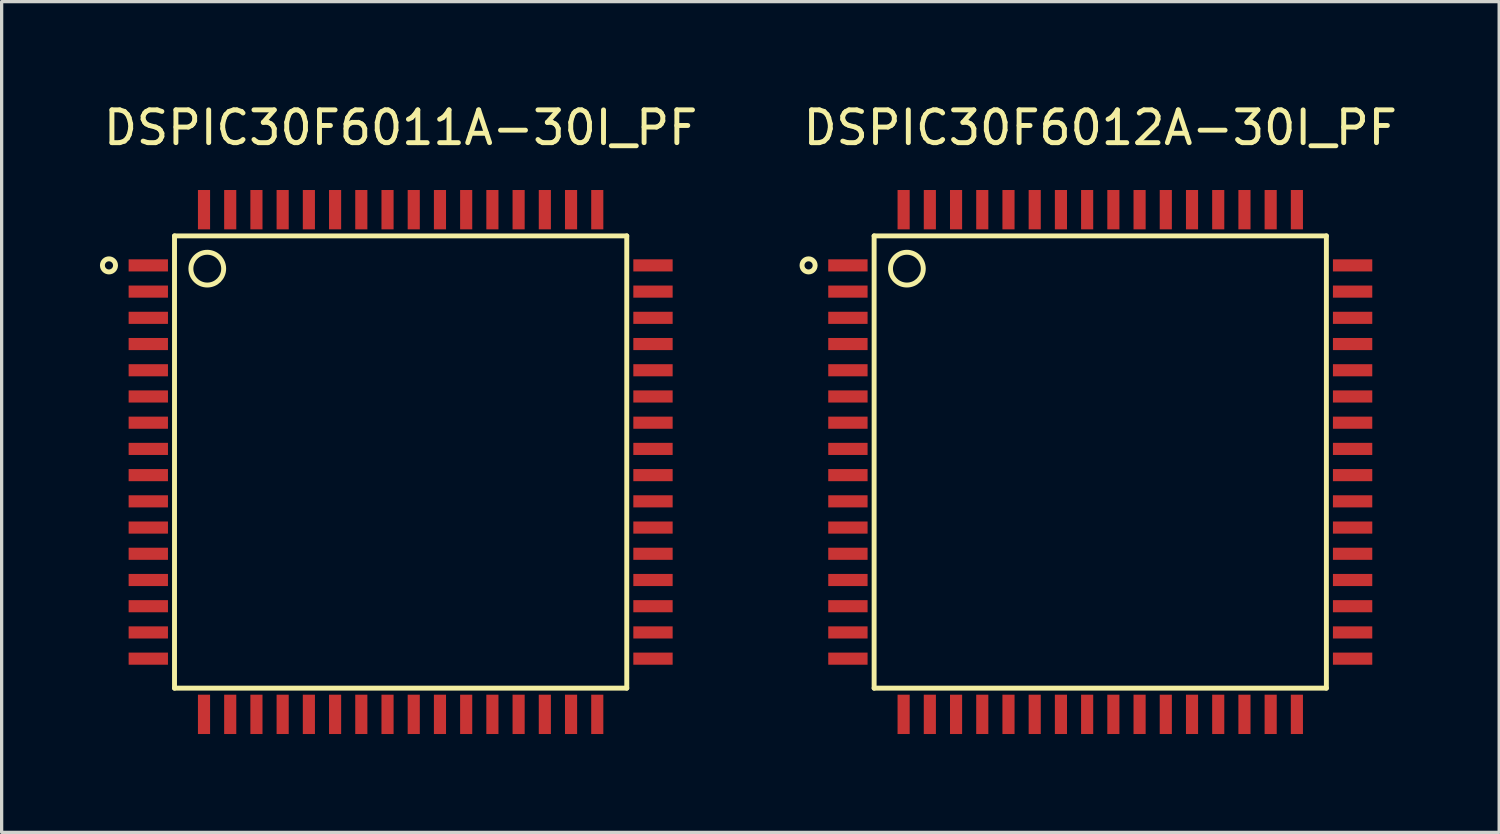
<source format=kicad_pcb>
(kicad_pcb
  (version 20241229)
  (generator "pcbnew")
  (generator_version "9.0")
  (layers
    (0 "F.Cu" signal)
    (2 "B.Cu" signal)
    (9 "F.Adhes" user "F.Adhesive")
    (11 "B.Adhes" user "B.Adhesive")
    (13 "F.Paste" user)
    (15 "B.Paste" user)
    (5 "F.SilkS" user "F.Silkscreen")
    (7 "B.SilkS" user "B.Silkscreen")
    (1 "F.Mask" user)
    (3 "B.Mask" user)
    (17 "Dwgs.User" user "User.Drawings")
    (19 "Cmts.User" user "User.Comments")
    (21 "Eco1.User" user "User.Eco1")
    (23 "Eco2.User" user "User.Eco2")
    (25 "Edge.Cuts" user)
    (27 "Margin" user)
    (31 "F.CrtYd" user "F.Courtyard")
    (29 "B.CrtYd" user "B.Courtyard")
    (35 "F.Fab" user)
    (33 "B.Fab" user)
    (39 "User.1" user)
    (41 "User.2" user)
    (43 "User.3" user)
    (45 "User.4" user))
  (footprint "DSPIC30F6011A-30I_PF"
    (layer "F.Cu")
    (at 1.475 3.348)
    (property "Reference" "DSPIC30F6011A-30I_PF" (at 7.7 -2.5 0) (layer "F.SilkS") (effects (font (size 1 1) (thickness 0.15))))
    (attr through_hole)
    (fp_line (start 0.8 0.8) (end 0.8 14.6) (stroke (width 0.15) (type solid)) (layer "F.SilkS"))
    (fp_line (start 0.8 0.8) (end 14.6 0.8) (stroke (width 0.15) (type solid)) (layer "F.SilkS"))
    (fp_line (start 0.8 14.6) (end 14.6 14.6) (stroke (width 0.15) (type solid)) (layer "F.SilkS"))
    (fp_line (start 14.6 14.6) (end 14.6 0.8) (stroke (width 0.15) (type solid)) (layer "F.SilkS"))
    (fp_circle (center -1.2 1.7) (end -1.2 1.5) (stroke (width 0.15) (type solid)) (fill no) (layer "F.SilkS"))
    (fp_circle (center 1.8 1.8) (end 1.8 1.3) (stroke (width 0.15) (type solid)) (fill no) (layer "F.SilkS"))
    (pad "1" smd rect (at 0 1.7) (size 1.2 0.37) (layers "F.Cu" "F.Mask" "F.Paste"))
    (pad "2" smd rect (at 0 2.5) (size 1.2 0.37) (layers "F.Cu" "F.Mask" "F.Paste"))
    (pad "3" smd rect (at 0 3.3) (size 1.2 0.37) (layers "F.Cu" "F.Mask" "F.Paste"))
    (pad "4" smd rect (at 0 4.1) (size 1.2 0.37) (layers "F.Cu" "F.Mask" "F.Paste"))
    (pad "5" smd rect (at 0 4.9) (size 1.2 0.37) (layers "F.Cu" "F.Mask" "F.Paste"))
    (pad "6" smd rect (at 0 5.7) (size 1.2 0.37) (layers "F.Cu" "F.Mask" "F.Paste"))
    (pad "7" smd rect (at 0 6.5) (size 1.2 0.37) (layers "F.Cu" "F.Mask" "F.Paste"))
    (pad "8" smd rect (at 0 7.3) (size 1.2 0.37) (layers "F.Cu" "F.Mask" "F.Paste"))
    (pad "9" smd rect (at 0 8.1) (size 1.2 0.37) (layers "F.Cu" "F.Mask" "F.Paste"))
    (pad "10" smd rect (at 0 8.9) (size 1.2 0.37) (layers "F.Cu" "F.Mask" "F.Paste"))
    (pad "11" smd rect (at 0 9.7) (size 1.2 0.37) (layers "F.Cu" "F.Mask" "F.Paste"))
    (pad "12" smd rect (at 0 10.5) (size 1.2 0.37) (layers "F.Cu" "F.Mask" "F.Paste"))
    (pad "13" smd rect (at 0 11.3) (size 1.2 0.37) (layers "F.Cu" "F.Mask" "F.Paste"))
    (pad "14" smd rect (at 0 12.1) (size 1.2 0.37) (layers "F.Cu" "F.Mask" "F.Paste"))
    (pad "15" smd rect (at 0 12.9) (size 1.2 0.37) (layers "F.Cu" "F.Mask" "F.Paste"))
    (pad "16" smd rect (at 0 13.7) (size 1.2 0.37) (layers "F.Cu" "F.Mask" "F.Paste"))
    (pad "17" smd rect (at 1.7 15.4) (size 0.37 1.2) (layers "F.Cu" "F.Mask" "F.Paste"))
    (pad "18" smd rect (at 2.5 15.4) (size 0.37 1.2) (layers "F.Cu" "F.Mask" "F.Paste"))
    (pad "19" smd rect (at 3.3 15.4) (size 0.37 1.2) (layers "F.Cu" "F.Mask" "F.Paste"))
    (pad "20" smd rect (at 4.1 15.4) (size 0.37 1.2) (layers "F.Cu" "F.Mask" "F.Paste"))
    (pad "21" smd rect (at 4.9 15.4) (size 0.37 1.2) (layers "F.Cu" "F.Mask" "F.Paste"))
    (pad "22" smd rect (at 5.7 15.4) (size 0.37 1.2) (layers "F.Cu" "F.Mask" "F.Paste"))
    (pad "23" smd rect (at 6.5 15.4) (size 0.37 1.2) (layers "F.Cu" "F.Mask" "F.Paste"))
    (pad "24" smd rect (at 7.3 15.4) (size 0.37 1.2) (layers "F.Cu" "F.Mask" "F.Paste"))
    (pad "25" smd rect (at 8.1 15.4) (size 0.37 1.2) (layers "F.Cu" "F.Mask" "F.Paste"))
    (pad "26" smd rect (at 8.9 15.4) (size 0.37 1.2) (layers "F.Cu" "F.Mask" "F.Paste"))
    (pad "27" smd rect (at 9.7 15.4) (size 0.37 1.2) (layers "F.Cu" "F.Mask" "F.Paste"))
    (pad "28" smd rect (at 10.5 15.4) (size 0.37 1.2) (layers "F.Cu" "F.Mask" "F.Paste"))
    (pad "29" smd rect (at 11.3 15.4) (size 0.37 1.2) (layers "F.Cu" "F.Mask" "F.Paste"))
    (pad "30" smd rect (at 12.1 15.4) (size 0.37 1.2) (layers "F.Cu" "F.Mask" "F.Paste"))
    (pad "31" smd rect (at 12.9 15.4) (size 0.37 1.2) (layers "F.Cu" "F.Mask" "F.Paste"))
    (pad "32" smd rect (at 13.7 15.4) (size 0.37 1.2) (layers "F.Cu" "F.Mask" "F.Paste"))
    (pad "33" smd rect (at 15.4 13.7) (size 1.2 0.37) (layers "F.Cu" "F.Mask" "F.Paste"))
    (pad "34" smd rect (at 15.4 12.9) (size 1.2 0.37) (layers "F.Cu" "F.Mask" "F.Paste"))
    (pad "35" smd rect (at 15.4 12.1) (size 1.2 0.37) (layers "F.Cu" "F.Mask" "F.Paste"))
    (pad "36" smd rect (at 15.4 11.3) (size 1.2 0.37) (layers "F.Cu" "F.Mask" "F.Paste"))
    (pad "37" smd rect (at 15.4 10.5) (size 1.2 0.37) (layers "F.Cu" "F.Mask" "F.Paste"))
    (pad "38" smd rect (at 15.4 9.7) (size 1.2 0.37) (layers "F.Cu" "F.Mask" "F.Paste"))
    (pad "39" smd rect (at 15.4 8.9) (size 1.2 0.37) (layers "F.Cu" "F.Mask" "F.Paste"))
    (pad "40" smd rect (at 15.4 8.1) (size 1.2 0.37) (layers "F.Cu" "F.Mask" "F.Paste"))
    (pad "41" smd rect (at 15.4 7.3) (size 1.2 0.37) (layers "F.Cu" "F.Mask" "F.Paste"))
    (pad "42" smd rect (at 15.4 6.5) (size 1.2 0.37) (layers "F.Cu" "F.Mask" "F.Paste"))
    (pad "43" smd rect (at 15.4 5.7) (size 1.2 0.37) (layers "F.Cu" "F.Mask" "F.Paste"))
    (pad "44" smd rect (at 15.4 4.9) (size 1.2 0.37) (layers "F.Cu" "F.Mask" "F.Paste"))
    (pad "45" smd rect (at 15.4 4.1) (size 1.2 0.37) (layers "F.Cu" "F.Mask" "F.Paste"))
    (pad "46" smd rect (at 15.4 3.3) (size 1.2 0.37) (layers "F.Cu" "F.Mask" "F.Paste"))
    (pad "47" smd rect (at 15.4 2.5) (size 1.2 0.37) (layers "F.Cu" "F.Mask" "F.Paste"))
    (pad "48" smd rect (at 15.4 1.7) (size 1.2 0.37) (layers "F.Cu" "F.Mask" "F.Paste"))
    (pad "49" smd rect (at 13.7 0) (size 0.37 1.2) (layers "F.Cu" "F.Mask" "F.Paste"))
    (pad "50" smd rect (at 12.9 0) (size 0.37 1.2) (layers "F.Cu" "F.Mask" "F.Paste"))
    (pad "51" smd rect (at 12.1 0) (size 0.37 1.2) (layers "F.Cu" "F.Mask" "F.Paste"))
    (pad "52" smd rect (at 11.3 0) (size 0.37 1.2) (layers "F.Cu" "F.Mask" "F.Paste"))
    (pad "53" smd rect (at 10.5 0) (size 0.37 1.2) (layers "F.Cu" "F.Mask" "F.Paste"))
    (pad "54" smd rect (at 9.7 0) (size 0.37 1.2) (layers "F.Cu" "F.Mask" "F.Paste"))
    (pad "55" smd rect (at 8.9 0) (size 0.37 1.2) (layers "F.Cu" "F.Mask" "F.Paste"))
    (pad "56" smd rect (at 8.1 0) (size 0.37 1.2) (layers "F.Cu" "F.Mask" "F.Paste"))
    (pad "57" smd rect (at 7.3 0) (size 0.37 1.2) (layers "F.Cu" "F.Mask" "F.Paste"))
    (pad "58" smd rect (at 6.5 0) (size 0.37 1.2) (layers "F.Cu" "F.Mask" "F.Paste"))
    (pad "59" smd rect (at 5.7 0) (size 0.37 1.2) (layers "F.Cu" "F.Mask" "F.Paste"))
    (pad "60" smd rect (at 4.9 0) (size 0.37 1.2) (layers "F.Cu" "F.Mask" "F.Paste"))
    (pad "61" smd rect (at 4.1 0) (size 0.37 1.2) (layers "F.Cu" "F.Mask" "F.Paste"))
    (pad "62" smd rect (at 3.3 0) (size 0.37 1.2) (layers "F.Cu" "F.Mask" "F.Paste"))
    (pad "63" smd rect (at 2.5 0) (size 0.37 1.2) (layers "F.Cu" "F.Mask" "F.Paste"))
    (pad "64" smd rect (at 1.7 0) (size 0.37 1.2) (layers "F.Cu" "F.Mask" "F.Paste")))
  (footprint "DSPIC30F6012A-30I_PF"
    (layer "F.Cu")
    (at 22.823 3.348)
    (property "Reference" "DSPIC30F6012A-30I_PF" (at 7.7 -2.5 0) (layer "F.SilkS") (effects (font (size 1 1) (thickness 0.15))))
    (attr through_hole)
    (fp_line (start 0.8 0.8) (end 0.8 14.6) (stroke (width 0.15) (type solid)) (layer "F.SilkS"))
    (fp_line (start 0.8 0.8) (end 14.6 0.8) (stroke (width 0.15) (type solid)) (layer "F.SilkS"))
    (fp_line (start 0.8 14.6) (end 14.6 14.6) (stroke (width 0.15) (type solid)) (layer "F.SilkS"))
    (fp_line (start 14.6 14.6) (end 14.6 0.8) (stroke (width 0.15) (type solid)) (layer "F.SilkS"))
    (fp_circle (center -1.2 1.7) (end -1.2 1.5) (stroke (width 0.15) (type solid)) (fill no) (layer "F.SilkS"))
    (fp_circle (center 1.8 1.8) (end 1.8 1.3) (stroke (width 0.15) (type solid)) (fill no) (layer "F.SilkS"))
    (pad "1" smd rect (at 0 1.7) (size 1.2 0.37) (layers "F.Cu" "F.Mask" "F.Paste"))
    (pad "2" smd rect (at 0 2.5) (size 1.2 0.37) (layers "F.Cu" "F.Mask" "F.Paste"))
    (pad "3" smd rect (at 0 3.3) (size 1.2 0.37) (layers "F.Cu" "F.Mask" "F.Paste"))
    (pad "4" smd rect (at 0 4.1) (size 1.2 0.37) (layers "F.Cu" "F.Mask" "F.Paste"))
    (pad "5" smd rect (at 0 4.9) (size 1.2 0.37) (layers "F.Cu" "F.Mask" "F.Paste"))
    (pad "6" smd rect (at 0 5.7) (size 1.2 0.37) (layers "F.Cu" "F.Mask" "F.Paste"))
    (pad "7" smd rect (at 0 6.5) (size 1.2 0.37) (layers "F.Cu" "F.Mask" "F.Paste"))
    (pad "8" smd rect (at 0 7.3) (size 1.2 0.37) (layers "F.Cu" "F.Mask" "F.Paste"))
    (pad "9" smd rect (at 0 8.1) (size 1.2 0.37) (layers "F.Cu" "F.Mask" "F.Paste"))
    (pad "10" smd rect (at 0 8.9) (size 1.2 0.37) (layers "F.Cu" "F.Mask" "F.Paste"))
    (pad "11" smd rect (at 0 9.7) (size 1.2 0.37) (layers "F.Cu" "F.Mask" "F.Paste"))
    (pad "12" smd rect (at 0 10.5) (size 1.2 0.37) (layers "F.Cu" "F.Mask" "F.Paste"))
    (pad "13" smd rect (at 0 11.3) (size 1.2 0.37) (layers "F.Cu" "F.Mask" "F.Paste"))
    (pad "14" smd rect (at 0 12.1) (size 1.2 0.37) (layers "F.Cu" "F.Mask" "F.Paste"))
    (pad "15" smd rect (at 0 12.9) (size 1.2 0.37) (layers "F.Cu" "F.Mask" "F.Paste"))
    (pad "16" smd rect (at 0 13.7) (size 1.2 0.37) (layers "F.Cu" "F.Mask" "F.Paste"))
    (pad "17" smd rect (at 1.7 15.4) (size 0.37 1.2) (layers "F.Cu" "F.Mask" "F.Paste"))
    (pad "18" smd rect (at 2.5 15.4) (size 0.37 1.2) (layers "F.Cu" "F.Mask" "F.Paste"))
    (pad "19" smd rect (at 3.3 15.4) (size 0.37 1.2) (layers "F.Cu" "F.Mask" "F.Paste"))
    (pad "20" smd rect (at 4.1 15.4) (size 0.37 1.2) (layers "F.Cu" "F.Mask" "F.Paste"))
    (pad "21" smd rect (at 4.9 15.4) (size 0.37 1.2) (layers "F.Cu" "F.Mask" "F.Paste"))
    (pad "22" smd rect (at 5.7 15.4) (size 0.37 1.2) (layers "F.Cu" "F.Mask" "F.Paste"))
    (pad "23" smd rect (at 6.5 15.4) (size 0.37 1.2) (layers "F.Cu" "F.Mask" "F.Paste"))
    (pad "24" smd rect (at 7.3 15.4) (size 0.37 1.2) (layers "F.Cu" "F.Mask" "F.Paste"))
    (pad "25" smd rect (at 8.1 15.4) (size 0.37 1.2) (layers "F.Cu" "F.Mask" "F.Paste"))
    (pad "26" smd rect (at 8.9 15.4) (size 0.37 1.2) (layers "F.Cu" "F.Mask" "F.Paste"))
    (pad "27" smd rect (at 9.7 15.4) (size 0.37 1.2) (layers "F.Cu" "F.Mask" "F.Paste"))
    (pad "28" smd rect (at 10.5 15.4) (size 0.37 1.2) (layers "F.Cu" "F.Mask" "F.Paste"))
    (pad "29" smd rect (at 11.3 15.4) (size 0.37 1.2) (layers "F.Cu" "F.Mask" "F.Paste"))
    (pad "30" smd rect (at 12.1 15.4) (size 0.37 1.2) (layers "F.Cu" "F.Mask" "F.Paste"))
    (pad "31" smd rect (at 12.9 15.4) (size 0.37 1.2) (layers "F.Cu" "F.Mask" "F.Paste"))
    (pad "32" smd rect (at 13.7 15.4) (size 0.37 1.2) (layers "F.Cu" "F.Mask" "F.Paste"))
    (pad "33" smd rect (at 15.4 13.7) (size 1.2 0.37) (layers "F.Cu" "F.Mask" "F.Paste"))
    (pad "34" smd rect (at 15.4 12.9) (size 1.2 0.37) (layers "F.Cu" "F.Mask" "F.Paste"))
    (pad "35" smd rect (at 15.4 12.1) (size 1.2 0.37) (layers "F.Cu" "F.Mask" "F.Paste"))
    (pad "36" smd rect (at 15.4 11.3) (size 1.2 0.37) (layers "F.Cu" "F.Mask" "F.Paste"))
    (pad "37" smd rect (at 15.4 10.5) (size 1.2 0.37) (layers "F.Cu" "F.Mask" "F.Paste"))
    (pad "38" smd rect (at 15.4 9.7) (size 1.2 0.37) (layers "F.Cu" "F.Mask" "F.Paste"))
    (pad "39" smd rect (at 15.4 8.9) (size 1.2 0.37) (layers "F.Cu" "F.Mask" "F.Paste"))
    (pad "40" smd rect (at 15.4 8.1) (size 1.2 0.37) (layers "F.Cu" "F.Mask" "F.Paste"))
    (pad "41" smd rect (at 15.4 7.3) (size 1.2 0.37) (layers "F.Cu" "F.Mask" "F.Paste"))
    (pad "42" smd rect (at 15.4 6.5) (size 1.2 0.37) (layers "F.Cu" "F.Mask" "F.Paste"))
    (pad "43" smd rect (at 15.4 5.7) (size 1.2 0.37) (layers "F.Cu" "F.Mask" "F.Paste"))
    (pad "44" smd rect (at 15.4 4.9) (size 1.2 0.37) (layers "F.Cu" "F.Mask" "F.Paste"))
    (pad "45" smd rect (at 15.4 4.1) (size 1.2 0.37) (layers "F.Cu" "F.Mask" "F.Paste"))
    (pad "46" smd rect (at 15.4 3.3) (size 1.2 0.37) (layers "F.Cu" "F.Mask" "F.Paste"))
    (pad "47" smd rect (at 15.4 2.5) (size 1.2 0.37) (layers "F.Cu" "F.Mask" "F.Paste"))
    (pad "48" smd rect (at 15.4 1.7) (size 1.2 0.37) (layers "F.Cu" "F.Mask" "F.Paste"))
    (pad "49" smd rect (at 13.7 0) (size 0.37 1.2) (layers "F.Cu" "F.Mask" "F.Paste"))
    (pad "50" smd rect (at 12.9 0) (size 0.37 1.2) (layers "F.Cu" "F.Mask" "F.Paste"))
    (pad "51" smd rect (at 12.1 0) (size 0.37 1.2) (layers "F.Cu" "F.Mask" "F.Paste"))
    (pad "52" smd rect (at 11.3 0) (size 0.37 1.2) (layers "F.Cu" "F.Mask" "F.Paste"))
    (pad "53" smd rect (at 10.5 0) (size 0.37 1.2) (layers "F.Cu" "F.Mask" "F.Paste"))
    (pad "54" smd rect (at 9.7 0) (size 0.37 1.2) (layers "F.Cu" "F.Mask" "F.Paste"))
    (pad "55" smd rect (at 8.9 0) (size 0.37 1.2) (layers "F.Cu" "F.Mask" "F.Paste"))
    (pad "56" smd rect (at 8.1 0) (size 0.37 1.2) (layers "F.Cu" "F.Mask" "F.Paste"))
    (pad "57" smd rect (at 7.3 0) (size 0.37 1.2) (layers "F.Cu" "F.Mask" "F.Paste"))
    (pad "58" smd rect (at 6.5 0) (size 0.37 1.2) (layers "F.Cu" "F.Mask" "F.Paste"))
    (pad "59" smd rect (at 5.7 0) (size 0.37 1.2) (layers "F.Cu" "F.Mask" "F.Paste"))
    (pad "60" smd rect (at 4.9 0) (size 0.37 1.2) (layers "F.Cu" "F.Mask" "F.Paste"))
    (pad "61" smd rect (at 4.1 0) (size 0.37 1.2) (layers "F.Cu" "F.Mask" "F.Paste"))
    (pad "62" smd rect (at 3.3 0) (size 0.37 1.2) (layers "F.Cu" "F.Mask" "F.Paste"))
    (pad "63" smd rect (at 2.5 0) (size 0.37 1.2) (layers "F.Cu" "F.Mask" "F.Paste"))
    (pad "64" smd rect (at 1.7 0) (size 0.37 1.2) (layers "F.Cu" "F.Mask" "F.Paste")))
  (gr_rect
    (start -3 -3)
    (end 42.695 22.348)
    (stroke (width 0.1) (type default))
    (fill no)
    (layer "Edge.Cuts")))
</source>
